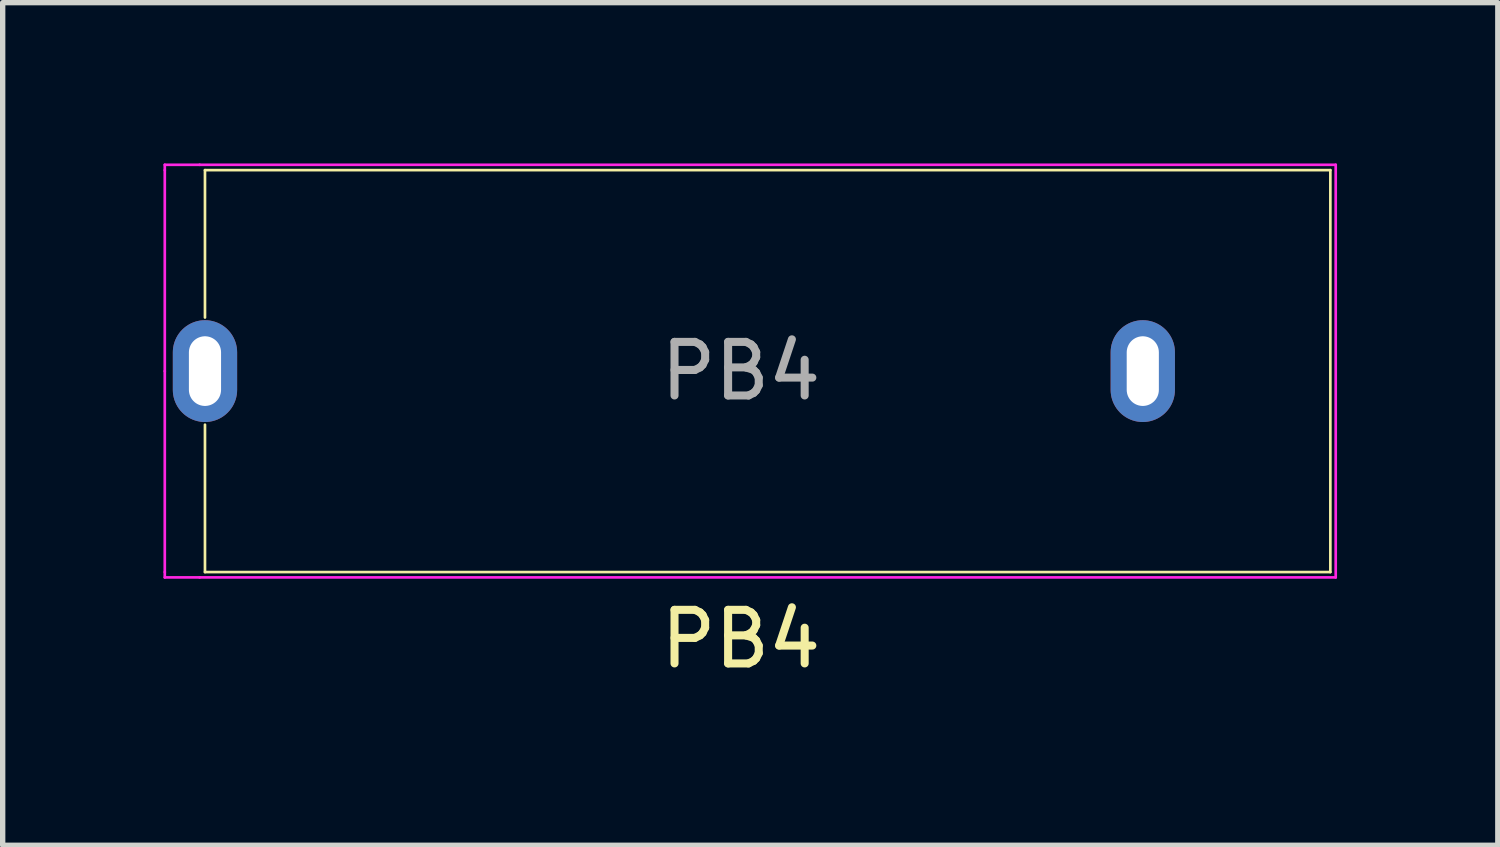
<source format=kicad_pcb>
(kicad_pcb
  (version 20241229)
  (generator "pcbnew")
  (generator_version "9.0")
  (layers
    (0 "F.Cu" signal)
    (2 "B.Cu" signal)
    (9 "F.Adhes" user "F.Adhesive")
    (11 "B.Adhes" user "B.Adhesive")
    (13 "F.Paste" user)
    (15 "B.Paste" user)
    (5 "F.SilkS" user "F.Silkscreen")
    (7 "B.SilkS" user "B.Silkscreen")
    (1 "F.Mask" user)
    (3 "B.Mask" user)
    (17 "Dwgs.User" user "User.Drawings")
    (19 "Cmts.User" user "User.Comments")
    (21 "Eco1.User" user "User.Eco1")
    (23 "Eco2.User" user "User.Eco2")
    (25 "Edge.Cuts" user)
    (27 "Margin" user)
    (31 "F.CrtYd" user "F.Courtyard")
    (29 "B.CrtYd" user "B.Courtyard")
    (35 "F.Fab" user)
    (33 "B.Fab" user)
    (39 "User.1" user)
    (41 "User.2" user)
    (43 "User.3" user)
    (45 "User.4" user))
  (footprint "PB4"
    (layer "F.Cu")
    (at 0.775 3.875)
    (property "Reference" "PB4" (at 10 5 0) (layer "F.SilkS") (effects (font (size 1 1) (thickness 0.15))))
    (attr through_hole)
    (fp_line (start 0 -3.75) (end 0 -1) (stroke (width 0.05) (type solid)) (layer "F.SilkS"))
    (fp_line (start 0 -3.75) (end 21 -3.75) (stroke (width 0.05) (type solid)) (layer "F.SilkS"))
    (fp_line (start 0 1) (end 0 3.75) (stroke (width 0.05) (type solid)) (layer "F.SilkS"))
    (fp_line (start 21 -3.75) (end 21 3.75) (stroke (width 0.05) (type solid)) (layer "F.SilkS"))
    (fp_line (start 21 3.75) (end 0 3.75) (stroke (width 0.05) (type solid)) (layer "F.SilkS"))
    (fp_line (start -0.75 -3.75) (end -0.75 -3.85) (stroke (width 0.05) (type solid)) (layer "F.CrtYd"))
    (fp_line (start -0.75 0) (end -0.75 -3.75) (stroke (width 0.05) (type solid)) (layer "F.CrtYd"))
    (fp_line (start -0.75 0) (end -0.75 3.75) (stroke (width 0.05) (type solid)) (layer "F.CrtYd"))
    (fp_line (start -0.75 3.75) (end -0.75 3.85) (stroke (width 0.05) (type solid)) (layer "F.CrtYd"))
    (fp_line (start -0.75 3.85) (end -0.1 3.85) (stroke (width 0.05) (type solid)) (layer "F.CrtYd"))
    (fp_line (start -0.1 -3.85) (end -0.75 -3.85) (stroke (width 0.05) (type solid)) (layer "F.CrtYd"))
    (fp_line (start -0.1 -3.85) (end 21.1 -3.85) (stroke (width 0.05) (type solid)) (layer "F.CrtYd"))
    (fp_line (start 21.1 -3.85) (end 21.1 3.85) (stroke (width 0.05) (type solid)) (layer "F.CrtYd"))
    (fp_line (start 21.1 3.85) (end -0.1 3.85) (stroke (width 0.05) (type solid)) (layer "F.CrtYd"))
    (fp_text user "${REFERENCE}" (at 10 0 0) (layer "F.Fab") (effects (font (size 1 1) (thickness 0.15))))
    (pad "1" thru_hole oval (at 0 0) (size 1.2 1.9) (drill oval 0.6 1.3) (layers "*.Cu" "*.Mask"))
    (pad "1" thru_hole oval (at 17.5 0) (size 1.2 1.9) (drill oval 0.6 1.3) (layers "*.Cu" "*.Mask")))
  (gr_rect
    (start -3 -3)
    (end 24.9 12.723)
    (stroke (width 0.1) (type default))
    (fill no)
    (layer "Edge.Cuts")))
</source>
